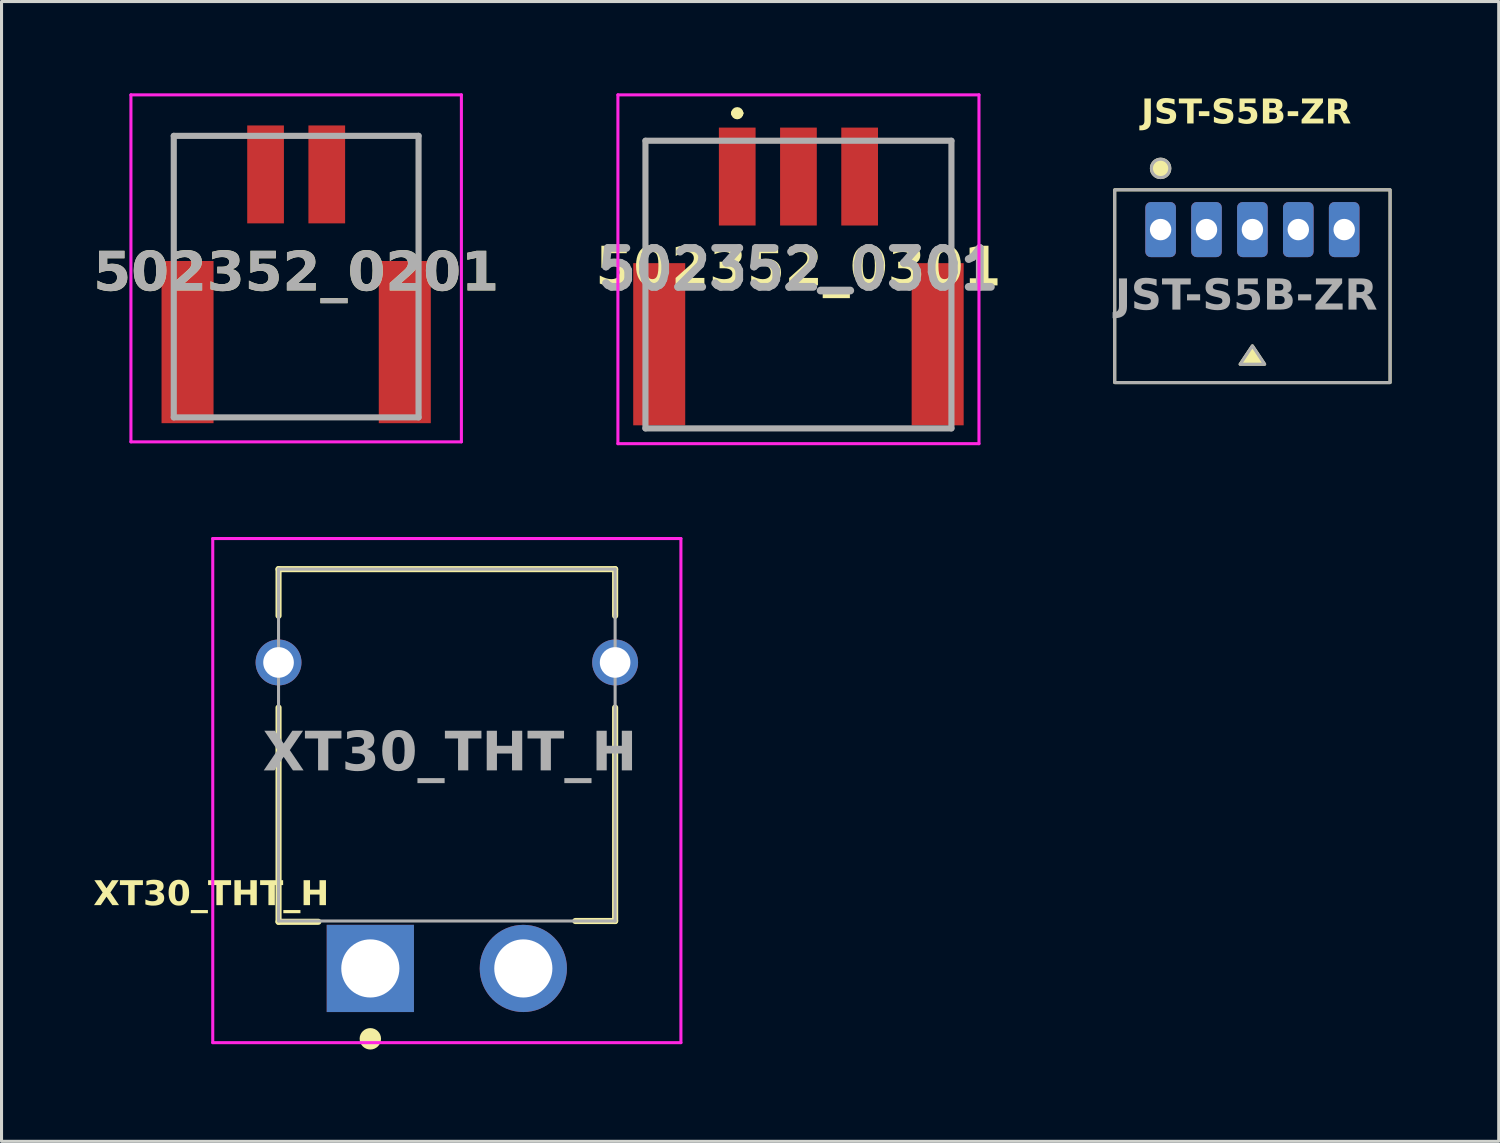
<source format=kicad_pcb>
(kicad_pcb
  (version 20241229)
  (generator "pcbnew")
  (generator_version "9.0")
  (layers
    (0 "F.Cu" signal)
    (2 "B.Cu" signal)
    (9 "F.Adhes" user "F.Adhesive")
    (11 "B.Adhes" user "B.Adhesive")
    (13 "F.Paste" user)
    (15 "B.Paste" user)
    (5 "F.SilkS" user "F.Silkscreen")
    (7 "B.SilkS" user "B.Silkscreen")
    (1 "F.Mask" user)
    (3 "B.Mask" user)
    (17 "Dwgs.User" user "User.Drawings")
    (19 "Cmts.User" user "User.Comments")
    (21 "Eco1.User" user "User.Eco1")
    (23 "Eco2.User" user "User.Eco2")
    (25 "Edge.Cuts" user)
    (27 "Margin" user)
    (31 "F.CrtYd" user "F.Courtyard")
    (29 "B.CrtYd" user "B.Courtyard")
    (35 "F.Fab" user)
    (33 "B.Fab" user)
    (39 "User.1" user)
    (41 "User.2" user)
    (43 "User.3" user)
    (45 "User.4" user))
  (footprint "502352_0201"
    (layer "F.Cu")
    (at 6.629 5.39)
    (property "Reference" "502352_0201" (at 0 0.525 0) (layer "F.SilkS") (effects (font (face "JetBrains Mono SemiBold") (size 1.27 1.27) (thickness 0.254))))
    (attr smd)
    (fp_line (start -4 -4) (end -2.5 -4) (stroke (width 0.1) (type solid)) (layer "F.SilkS"))
    (fp_line (start -4 -0.5) (end -4 -4) (stroke (width 0.1) (type solid)) (layer "F.SilkS"))
    (fp_line (start -2 5.2) (end 2 5.2) (stroke (width 0.1) (type solid)) (layer "F.SilkS"))
    (fp_line (start 4 -4) (end 2.5 -4) (stroke (width 0.1) (type solid)) (layer "F.SilkS"))
    (fp_line (start 4 -0.5) (end 4 -4) (stroke (width 0.1) (type solid)) (layer "F.SilkS"))
    (fp_line (start -5.4 -5.34) (end 5.4 -5.34) (stroke (width 0.1) (type solid)) (layer "F.CrtYd"))
    (fp_line (start -5.4 6) (end -5.4 -5.34) (stroke (width 0.1) (type solid)) (layer "F.CrtYd"))
    (fp_line (start 5.4 -5.34) (end 5.4 6) (stroke (width 0.1) (type solid)) (layer "F.CrtYd"))
    (fp_line (start 5.4 6) (end -5.4 6) (stroke (width 0.1) (type solid)) (layer "F.CrtYd"))
    (fp_line (start -4 -4) (end 4 -4) (stroke (width 0.2) (type solid)) (layer "F.Fab"))
    (fp_line (start -4 5.2) (end -4 -4) (stroke (width 0.2) (type solid)) (layer "F.Fab"))
    (fp_line (start 4 -4) (end 4 5.2) (stroke (width 0.2) (type solid)) (layer "F.Fab"))
    (fp_line (start 4 5.2) (end -4 5.2) (stroke (width 0.2) (type solid)) (layer "F.Fab"))
    (fp_text user "${REFERENCE}" (at 0 0.525 0) (layer "F.Fab") (effects (font (face "JetBrains Mono SemiBold") (size 1.27 1.27) (thickness 0.254))))
    (pad "1" smd rect (at -1 -2.74) (size 1.2 3.2) (layers "F.Cu" "F.Mask" "F.Paste"))
    (pad "2" smd rect (at 1 -2.74) (size 1.2 3.2) (layers "F.Cu" "F.Mask" "F.Paste"))
    (pad "MP1" smd rect (at -3.55 2.74) (size 1.7 5.3) (layers "F.Cu" "F.Mask" "F.Paste"))
    (pad "MP2" smd rect (at 3.55 2.74) (size 1.7 5.3) (layers "F.Cu" "F.Mask" "F.Paste")))
  (footprint "XT30_THT_H"
    (layer "F.Cu")
    (at 9.053 28.6)
    (property "Reference" "XT30_THT_H" (at -5.2 -2.4 0) (layer "F.SilkS") (effects (font (face "JetBrains Mono SemiBold") (size 0.8 0.8) (thickness 0.1))))
    (attr through_hole)
    (fp_line (start -3 -13.05) (end 8 -13.05) (stroke (width 0.2) (type solid)) (layer "F.SilkS"))
    (fp_line (start -3 -11.525) (end -3 -13.05) (stroke (width 0.2) (type solid)) (layer "F.SilkS"))
    (fp_line (start -3 -1.525) (end -3 -8.525) (stroke (width 0.2) (type solid)) (layer "F.SilkS"))
    (fp_line (start -1.7 -1.525) (end -3 -1.525) (stroke (width 0.2) (type solid)) (layer "F.SilkS"))
    (fp_line (start 8 -13.05) (end 8 -11.525) (stroke (width 0.2) (type solid)) (layer "F.SilkS"))
    (fp_line (start 8 -8.525) (end 8 -1.55) (stroke (width 0.2) (type solid)) (layer "F.SilkS"))
    (fp_line (start 8 -1.55) (end 6.7 -1.55) (stroke (width 0.2) (type solid)) (layer "F.SilkS"))
    (fp_circle (center 0 2.3) (end 0.3 2.3) (stroke (width 0.1) (type default)) (fill yes) (layer "F.SilkS"))
    (fp_line (start -5.15 -14.05) (end 10.15 -14.05) (stroke (width 0.1) (type solid)) (layer "F.CrtYd"))
    (fp_line (start -5.15 2.425) (end -5.15 -14.05) (stroke (width 0.1) (type solid)) (layer "F.CrtYd"))
    (fp_line (start 10.15 -14.05) (end 10.15 2.425) (stroke (width 0.1) (type solid)) (layer "F.CrtYd"))
    (fp_line (start 10.15 2.425) (end -5.15 2.425) (stroke (width 0.1) (type solid)) (layer "F.CrtYd"))
    (fp_line (start -3 -13.05) (end 8 -13.05) (stroke (width 0.1) (type solid)) (layer "F.Fab"))
    (fp_line (start -3 -1.55) (end -3 -13.05) (stroke (width 0.1) (type solid)) (layer "F.Fab"))
    (fp_line (start 8 -13.05) (end 8 -1.55) (stroke (width 0.1) (type solid)) (layer "F.Fab"))
    (fp_line (start 8 -11.525) (end 8 -11.525) (stroke (width 0.1) (type solid)) (layer "F.Fab"))
    (fp_line (start 8 -1.55) (end -3 -1.55) (stroke (width 0.1) (type solid)) (layer "F.Fab"))
    (fp_text user "${REFERENCE}" (at 2.6 -7 0) (layer "F.Fab") (effects (font (face "JetBrains Mono SemiBold") (size 1.27 1.27) (thickness 0.254))))
    (pad "1" thru_hole rect (at 0 0) (size 2.85 2.85) (drill 1.9) (layers "*.Cu" "*.Mask"))
    (pad "2" thru_hole circle (at 5 0) (size 2.85 2.85) (drill 1.9) (layers "*.Cu" "*.Mask"))
    (pad "3" thru_hole circle (at -3 -10) (size 1.5 1.5) (drill 1) (layers "*.Cu" "*.Mask"))
    (pad "4" thru_hole circle (at 8 -10) (size 1.5 1.5) (drill 1) (layers "*.Cu" "*.Mask")))
  (footprint "502352_0301"
    (layer "F.Cu")
    (at 23.044 5.75)
    (property "Reference" "502352_0301" (at 0 0 0) (layer "F.SilkS") (effects (font (face "JetBrains Mono SemiBold") (size 1.27 1.27) (thickness 0.254))))
    (attr smd)
    (fp_line (start -5 -4.2) (end -5 -0.8) (stroke (width 0.1) (type solid)) (layer "F.SilkS"))
    (fp_line (start -3.5 -4.2) (end -5 -4.2) (stroke (width 0.1) (type solid)) (layer "F.SilkS"))
    (fp_line (start -3 5.2) (end 3 5.2) (stroke (width 0.1) (type solid)) (layer "F.SilkS"))
    (fp_line (start -2.1 -5.1) (end -2.1 -5.1) (stroke (width 0.2) (type solid)) (layer "F.SilkS"))
    (fp_line (start -1.9 -5.1) (end -1.9 -5.1) (stroke (width 0.2) (type solid)) (layer "F.SilkS"))
    (fp_line (start 3.5 -4.2) (end 5 -4.2) (stroke (width 0.1) (type solid)) (layer "F.SilkS"))
    (fp_line (start 5 -4.2) (end 5 -0.8) (stroke (width 0.1) (type solid)) (layer "F.SilkS"))
    (fp_arc (start -2.1 -5.1) (mid -2 -5.2) (end -1.9 -5.1) (stroke (width 0.2) (type solid)) (layer "F.SilkS"))
    (fp_arc (start -1.9 -5.1) (mid -2 -5) (end -2.1 -5.1) (stroke (width 0.2) (type solid)) (layer "F.SilkS"))
    (fp_line (start -5.9 -5.7) (end 5.9 -5.7) (stroke (width 0.1) (type solid)) (layer "F.CrtYd"))
    (fp_line (start -5.9 5.7) (end -5.9 -5.7) (stroke (width 0.1) (type solid)) (layer "F.CrtYd"))
    (fp_line (start 5.9 -5.7) (end 5.9 5.7) (stroke (width 0.1) (type solid)) (layer "F.CrtYd"))
    (fp_line (start 5.9 5.7) (end -5.9 5.7) (stroke (width 0.1) (type solid)) (layer "F.CrtYd"))
    (fp_line (start -5 -4.2) (end 5 -4.2) (stroke (width 0.2) (type solid)) (layer "F.Fab"))
    (fp_line (start -5 5.2) (end -5 -4.2) (stroke (width 0.2) (type solid)) (layer "F.Fab"))
    (fp_line (start 5 -4.2) (end 5 5.2) (stroke (width 0.2) (type solid)) (layer "F.Fab"))
    (fp_line (start 5 5.2) (end -5 5.2) (stroke (width 0.2) (type solid)) (layer "F.Fab"))
    (fp_text user "${REFERENCE}" (at 0 0 0) (layer "F.Fab") (effects (font (size 1.27 1.27) (thickness 0.254))))
    (pad "1" smd rect (at -2 -3.03) (size 1.2 3.2) (layers "F.Cu" "F.Mask" "F.Paste"))
    (pad "2" smd rect (at 0 -3.03) (size 1.2 3.2) (layers "F.Cu" "F.Mask" "F.Paste"))
    (pad "3" smd rect (at 2 -3.03) (size 1.2 3.2) (layers "F.Cu" "F.Mask" "F.Paste"))
    (pad "MP1" smd rect (at -4.55 2.45) (size 1.7 5.3) (layers "F.Cu" "F.Mask" "F.Paste"))
    (pad "MP2" smd rect (at 4.55 2.45) (size 1.7 5.3) (layers "F.Cu" "F.Mask" "F.Paste")))
  (footprint "JST-S5B-ZR"
    (layer "F.Cu")
    (at 34.88 4.453)
    (property "Reference" "JST-S5B-ZR" (at 2.8 -3.8 0) (unlocked yes) (layer "F.SilkS") (effects (font (face "JetBrains Mono SemiBold") (size 0.8 0.8) (thickness 0.1))))
    (attr through_hole)
    (fp_rect (start -1.5 -1.3) (end 7.5 5) (stroke (width 0.1) (type default)) (fill no) (layer "F.SilkS"))
    (fp_circle (center 0 -2) (end 0 -1.7) (stroke (width 0.1) (type default)) (fill yes) (layer "F.SilkS"))
    (fp_poly (pts (xy 2.6 4.4) (xy 3 3.8) (xy 3.4 4.4)) (stroke (width 0.1) (type solid)) (fill yes) (layer "F.SilkS"))
    (fp_rect (start -2 -2.2) (end 8 5) (stroke (width 0.1) (type default)) (fill no) (layer "Margin"))
    (fp_rect (start -1.5 -1.3) (end 7.5 5) (stroke (width 0.1) (type default)) (fill no) (layer "F.Fab"))
    (fp_circle (center 0 -2) (end 0 -1.7) (stroke (width 0.1) (type default)) (fill no) (layer "F.Fab"))
    (fp_poly (pts (xy 2.6 4.4) (xy 3 3.8) (xy 3.4 4.4)) (stroke (width 0.1) (type solid)) (fill no) (layer "F.Fab"))
    (fp_text user "${REFERENCE}" (at 2.8 2.2 0) (unlocked yes) (layer "F.Fab") (effects (font (face "JetBrains Mono SemiBold") (size 1 1) (thickness 0.15))))
    (pad "1" thru_hole roundrect (at 0 0) (size 1 1.8) (drill 0.7) (layers "*.Cu" "*.Mask") (roundrect_rratio 0.179))
    (pad "2" thru_hole roundrect (at 1.5 0) (size 1 1.8) (drill 0.7) (layers "*.Cu" "*.Mask") (roundrect_rratio 0.179))
    (pad "3" thru_hole roundrect (at 3 0) (size 1 1.8) (drill 0.7) (layers "*.Cu" "*.Mask") (roundrect_rratio 0.179))
    (pad "4" thru_hole roundrect (at 4.5 0) (size 1 1.8) (drill 0.7) (layers "*.Cu" "*.Mask") (roundrect_rratio 0.179))
    (pad "5" thru_hole roundrect (at 6 0) (size 1 1.8) (drill 0.7) (layers "*.Cu" "*.Mask") (roundrect_rratio 0.179)))
  (gr_rect
    (start -3 -3)
    (end 45.93 34.25)
    (stroke (width 0.1) (type default))
    (fill no)
    (layer "Edge.Cuts")))
</source>
